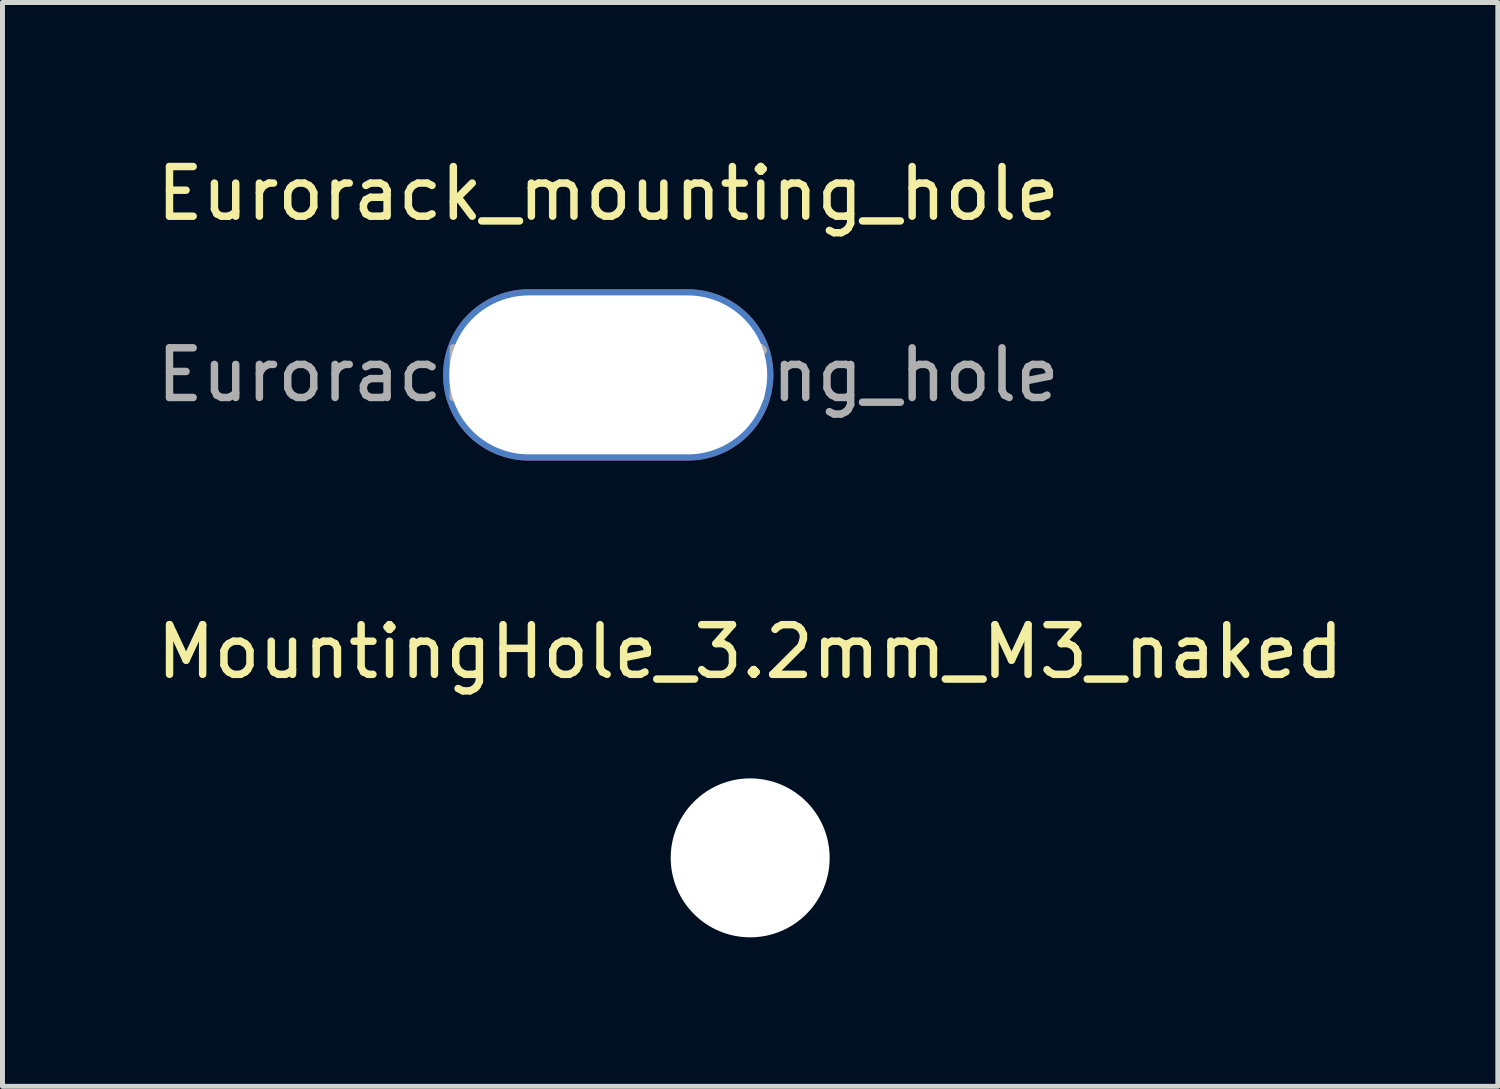
<source format=kicad_pcb>
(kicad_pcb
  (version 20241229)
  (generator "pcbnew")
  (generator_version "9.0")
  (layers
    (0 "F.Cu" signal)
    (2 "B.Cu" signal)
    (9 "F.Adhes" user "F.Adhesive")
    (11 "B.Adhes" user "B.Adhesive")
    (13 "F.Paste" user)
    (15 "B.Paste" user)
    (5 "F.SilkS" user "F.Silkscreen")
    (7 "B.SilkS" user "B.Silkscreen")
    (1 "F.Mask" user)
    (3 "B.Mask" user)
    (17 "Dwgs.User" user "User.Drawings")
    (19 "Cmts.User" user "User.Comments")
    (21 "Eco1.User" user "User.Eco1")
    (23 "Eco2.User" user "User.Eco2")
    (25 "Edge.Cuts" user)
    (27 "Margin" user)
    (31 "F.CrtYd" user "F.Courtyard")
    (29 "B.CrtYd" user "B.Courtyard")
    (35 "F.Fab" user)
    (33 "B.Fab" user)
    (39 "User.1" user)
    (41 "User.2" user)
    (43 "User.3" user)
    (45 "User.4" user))
  (footprint "Eurorack_mounting_hole"
    (layer "F.Cu")
    (at 9.196 4.498)
    (property "Reference" "Eurorack_mounting_hole" (at 0 -3.65 0) (layer "F.SilkS") (effects (font (size 1 1) (thickness 0.15))))
    (attr exclude_from_pos_files exclude_from_bom)
    (fp_text user "${REFERENCE}" (at 0 0 0) (layer "F.Fab") (effects (font (size 1 1) (thickness 0.15))))
    (pad "1" thru_hole oval (at 0 0) (size 6.65 3.45) (drill oval 6.4 3.2) (layers "*.Cu" "*.Mask")))
  (footprint "MountingHole_3.2mm_M3_naked"
    (layer "F.Cu")
    (at 12.054 14.222)
    (property "Reference" "MountingHole_3.2mm_M3_naked" (at 0 -4.15 0) (layer "F.SilkS") (effects (font (size 1 1) (thickness 0.15))))
    (attr exclude_from_pos_files exclude_from_bom)
    (pad "" np_thru_hole circle (at 0 0) (size 3.2 3.2) (drill 3.2) (layers "*.Cu" "*.Mask")))
  (gr_rect
    (start -3 -3)
    (end 27.107 18.822)
    (stroke (width 0.1) (type default))
    (fill no)
    (layer "Edge.Cuts")))
</source>
